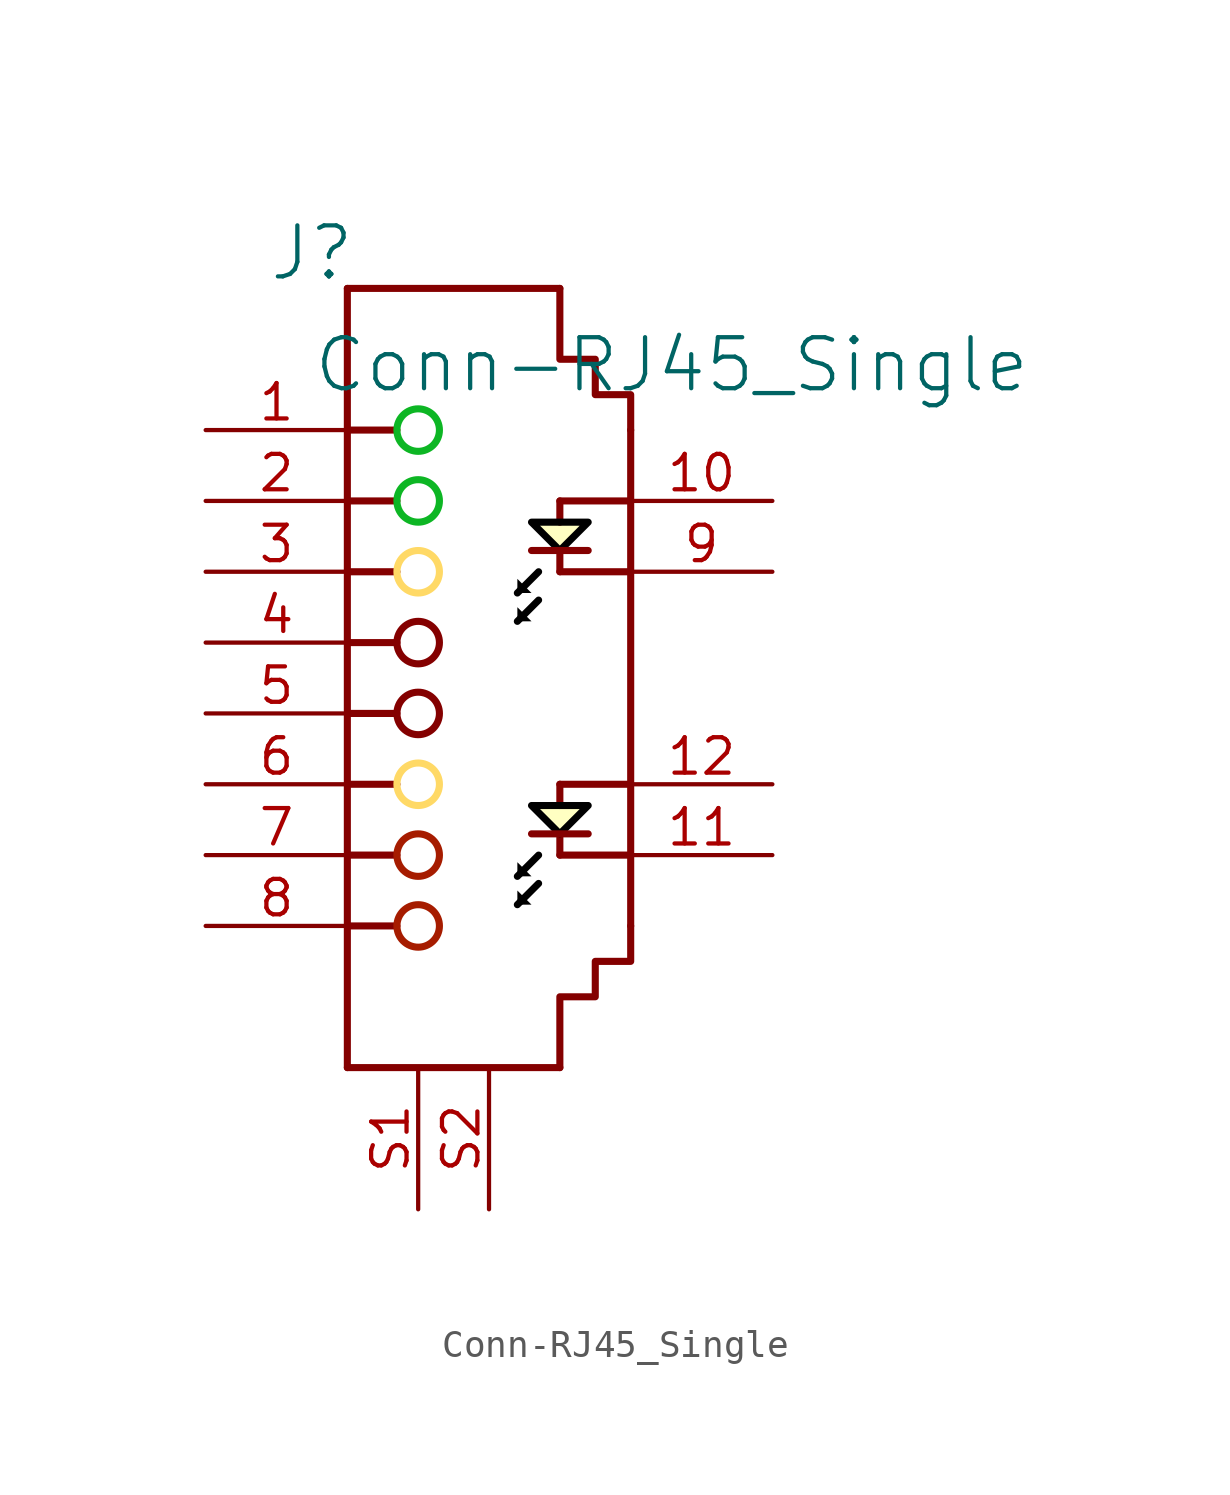
<source format=kicad_sym>
(kicad_symbol_lib
  (version 20231120)
  (generator "kicad_symbol_editor")
  (generator_version "8.0")
  (symbol "Conn-RJ45_Single"
    (property "Reference" "J"
      (at -1.27 1.27 0)
      (effects (font (size 1.829 1.829))))
    (property "Value" "Conn-RJ45_Single"
      (at -1.27 -3.81 0)
      (effects (font (size 1.829 1.829)) (justify left bottom)))
    (symbol "Conn-RJ45_Single_1_0"
      (polyline (pts (xy 0 -27.94) (xy 7.62 -27.94)) (stroke (width 0.254) (type solid)) (fill (type none)))
      (polyline (pts (xy 0 -22.86) (xy 1.778 -22.86)) (stroke (width 0.254) (type solid)) (fill (type none)))
      (polyline (pts (xy 0 -20.32) (xy 1.778 -20.32)) (stroke (width 0.254) (type solid)) (fill (type none)))
      (polyline (pts (xy 0 -17.78) (xy 1.778 -17.78)) (stroke (width 0.254) (type solid)) (fill (type none)))
      (polyline (pts (xy 0 -15.24) (xy 1.778 -15.24)) (stroke (width 0.254) (type solid)) (fill (type none)))
      (polyline (pts (xy 0 -12.7) (xy 1.778 -12.7)) (stroke (width 0.254) (type solid)) (fill (type none)))
      (polyline (pts (xy 0 -10.16) (xy 1.778 -10.16)) (stroke (width 0.254) (type solid)) (fill (type none)))
      (polyline (pts (xy 0 -7.62) (xy 1.778 -7.62)) (stroke (width 0.254) (type solid)) (fill (type none)))
      (polyline (pts (xy 0 -5.08) (xy 1.778 -5.08)) (stroke (width 0.254) (type solid)) (fill (type none)))
      (polyline (pts (xy 0 0) (xy 0 -27.94)) (stroke (width 0.254) (type solid)) (fill (type none)))
      (polyline (pts (xy 0 0) (xy 7.62 0)) (stroke (width 0.254) (type solid)) (fill (type none)))
      (polyline (pts (xy 6.096 -22.098) (xy 6.858 -21.336)) (stroke (width 0.254) (type solid) (color 0 0 0 1)) (fill (type none)))
      (polyline (pts (xy 6.096 -21.082) (xy 6.858 -20.32)) (stroke (width 0.254) (type solid) (color 0 0 0 1)) (fill (type none)))
      (polyline (pts (xy 6.096 -11.938) (xy 6.858 -11.176)) (stroke (width 0.254) (type solid) (color 0 0 0 1)) (fill (type none)))
      (polyline (pts (xy 6.096 -10.922) (xy 6.858 -10.16)) (stroke (width 0.254) (type solid) (color 0 0 0 1)) (fill (type none)))
      (polyline (pts (xy 7.62 -19.558) (xy 7.62 -20.32)) (stroke (width 0.254) (type solid)) (fill (type none)))
      (polyline (pts (xy 7.62 -18.542) (xy 7.62 -17.78)) (stroke (width 0.254) (type solid)) (fill (type none)))
      (polyline (pts (xy 7.62 -9.398) (xy 7.62 -10.16)) (stroke (width 0.254) (type solid)) (fill (type none)))
      (polyline (pts (xy 7.62 -8.382) (xy 7.62 -7.62)) (stroke (width 0.254) (type solid)) (fill (type none)))
      (polyline (pts (xy 8.636 -19.558) (xy 6.604 -19.558)) (stroke (width 0.254) (type solid)) (fill (type none)))
      (polyline (pts (xy 8.636 -9.398) (xy 6.604 -9.398)) (stroke (width 0.254) (type solid)) (fill (type none)))
      (polyline (pts (xy 10.16 -20.32) (xy 7.62 -20.32)) (stroke (width 0.254) (type solid)) (fill (type none)))
      (polyline (pts (xy 10.16 -17.78) (xy 7.62 -17.78)) (stroke (width 0.254) (type solid)) (fill (type none)))
      (polyline (pts (xy 10.16 -10.16) (xy 7.62 -10.16)) (stroke (width 0.254) (type solid)) (fill (type none)))
      (polyline (pts (xy 10.16 -7.62) (xy 7.62 -7.62)) (stroke (width 0.254) (type solid)) (fill (type none)))
      (polyline (pts (xy 10.16 -5.08) (xy 10.16 -22.86)) (stroke (width 0.254) (type solid)) (fill (type none)))
      (polyline (pts (xy 6.604 -22.098) (xy 6.096 -22.098) (xy 6.096 -21.59) (xy 6.604 -22.098)) (stroke (width -0.0001) (type solid) (color 0 0 0 1)) (fill (type outline)))
      (polyline (pts (xy 6.604 -21.082) (xy 6.096 -21.082) (xy 6.096 -20.574) (xy 6.604 -21.082)) (stroke (width -0.0001) (type solid) (color 0 0 0 1)) (fill (type outline)))
      (polyline (pts (xy 6.604 -11.938) (xy 6.096 -11.938) (xy 6.096 -11.43) (xy 6.604 -11.938)) (stroke (width -0.0001) (type solid) (color 0 0 0 1)) (fill (type outline)))
      (polyline (pts (xy 6.604 -10.922) (xy 6.096 -10.922) (xy 6.096 -10.414) (xy 6.604 -10.922)) (stroke (width -0.0001) (type solid) (color 0 0 0 1)) (fill (type outline)))
      (polyline (pts (xy 7.62 -19.558) (xy 8.636 -18.542) (xy 6.604 -18.542) (xy 7.62 -19.558)) (stroke (width 0.254) (type solid) (color 0 0 0 1)) (fill (type background)))
      (polyline (pts (xy 7.62 -9.398) (xy 8.636 -8.382) (xy 6.604 -8.382) (xy 7.62 -9.398)) (stroke (width 0.254) (type solid) (color 0 0 0 1)) (fill (type background)))
      (polyline (pts (xy 7.62 -27.94) (xy 7.62 -25.4) (xy 8.89 -25.4) (xy 8.89 -24.13) (xy 10.16 -24.13) (xy 10.16 -22.86)) (stroke (width 0.254) (type solid)) (fill (type none)))
      (polyline (pts (xy 7.62 0) (xy 7.62 -2.54) (xy 8.89 -2.54) (xy 8.89 -3.81) (xy 10.16 -3.81) (xy 10.16 -5.08)) (stroke (width 0.254) (type solid)) (fill (type none)))
      (circle (center 2.54 -22.86) (radius 0.762) (stroke (width 0.254) (type solid) (color 166 28 0 1)) (fill (type none)))
      (circle (center 2.54 -20.32) (radius 0.762) (stroke (width 0.254) (type solid) (color 166 28 0 1)) (fill (type none)))
      (circle (center 2.54 -17.78) (radius 0.762) (stroke (width 0.254) (type solid) (color 255 217 102 1)) (fill (type none)))
      (circle (center 2.54 -15.24) (radius 0.762) (stroke (width 0.254) (type solid)) (fill (type none)))
      (circle (center 2.54 -12.7) (radius 0.762) (stroke (width 0.254) (type solid)) (fill (type none)))
      (circle (center 2.54 -10.16) (radius 0.762) (stroke (width 0.254) (type solid) (color 255 217 102 1)) (fill (type none)))
      (circle (center 2.54 -7.62) (radius 0.762) (stroke (width 0.254) (type solid) (color 13 182 36 1)) (fill (type none)))
      (circle (center 2.54 -5.08) (radius 0.762) (stroke (width 0.254) (type solid) (color 13 182 36 1)) (fill (type none)))
      (pin passive line (at -5.08 -5.08 0) (length 5.08) (name "1" (effects (font (size 0 0)))) (number "1" (effects (font (size 1.27 1.27)))))
      (pin passive line (at 15.24 -7.62 180) (length 5.08) (name "10" (effects (font (size 0 0)))) (number "10" (effects (font (size 1.27 1.27)))))
      (pin passive line (at 15.24 -20.32 180) (length 5.08) (name "11" (effects (font (size 0 0)))) (number "11" (effects (font (size 1.27 1.27)))))
      (pin passive line (at 15.24 -17.78 180) (length 5.08) (name "12" (effects (font (size 0 0)))) (number "12" (effects (font (size 1.27 1.27)))))
      (pin passive line (at -5.08 -7.62 0) (length 5.08) (name "2" (effects (font (size 0 0)))) (number "2" (effects (font (size 1.27 1.27)))))
      (pin passive line (at -5.08 -10.16 0) (length 5.08) (name "3" (effects (font (size 0 0)))) (number "3" (effects (font (size 1.27 1.27)))))
      (pin passive line (at -5.08 -12.7 0) (length 5.08) (name "4" (effects (font (size 0 0)))) (number "4" (effects (font (size 1.27 1.27)))))
      (pin passive line (at -5.08 -15.24 0) (length 5.08) (name "5" (effects (font (size 0 0)))) (number "5" (effects (font (size 1.27 1.27)))))
      (pin passive line (at -5.08 -17.78 0) (length 5.08) (name "6" (effects (font (size 0 0)))) (number "6" (effects (font (size 1.27 1.27)))))
      (pin passive line (at -5.08 -20.32 0) (length 5.08) (name "7" (effects (font (size 0 0)))) (number "7" (effects (font (size 1.27 1.27)))))
      (pin passive line (at -5.08 -22.86 0) (length 5.08) (name "8" (effects (font (size 0 0)))) (number "8" (effects (font (size 1.27 1.27)))))
      (pin passive line (at 15.24 -10.16 180) (length 5.08) (name "9" (effects (font (size 0 0)))) (number "9" (effects (font (size 1.27 1.27)))))
      (pin passive line (at 2.54 -33.02 90) (length 5.08) (name "S1" (effects (font (size 0 0)))) (number "S1" (effects (font (size 1.27 1.27)))))
      (pin passive line (at 5.08 -33.02 90) (length 5.08) (name "S2" (effects (font (size 0 0)))) (number "S2" (effects (font (size 1.27 1.27))))))))
</source>
